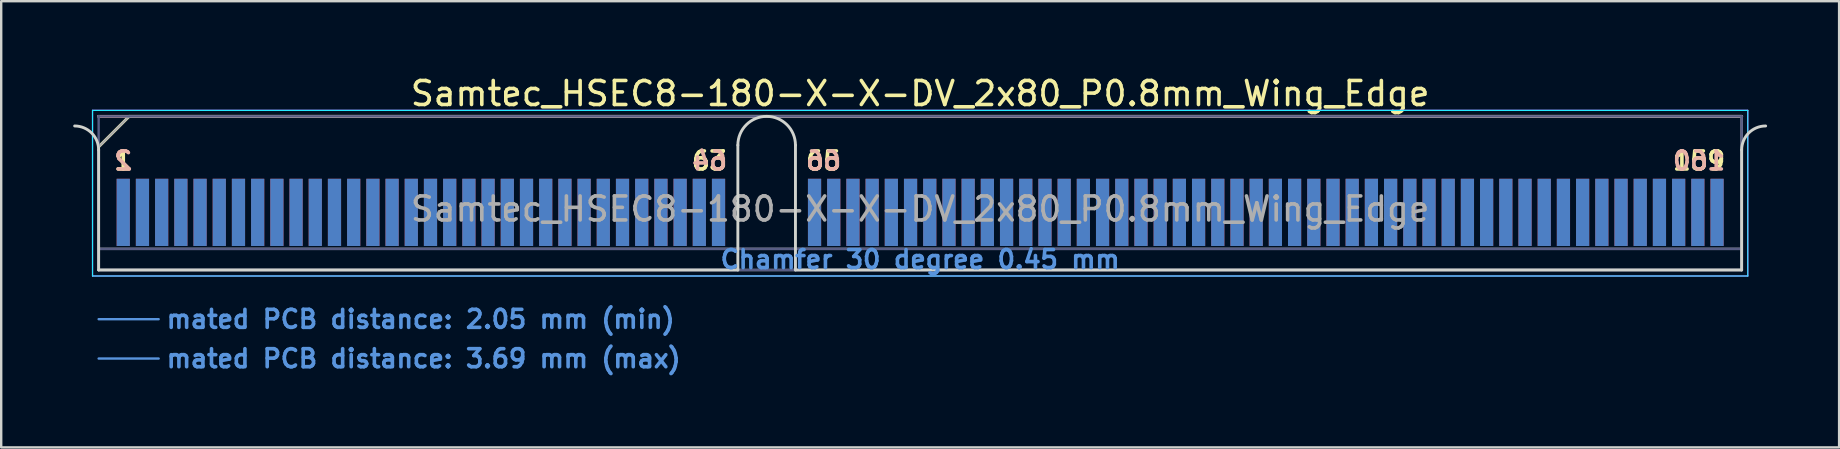
<source format=kicad_pcb>
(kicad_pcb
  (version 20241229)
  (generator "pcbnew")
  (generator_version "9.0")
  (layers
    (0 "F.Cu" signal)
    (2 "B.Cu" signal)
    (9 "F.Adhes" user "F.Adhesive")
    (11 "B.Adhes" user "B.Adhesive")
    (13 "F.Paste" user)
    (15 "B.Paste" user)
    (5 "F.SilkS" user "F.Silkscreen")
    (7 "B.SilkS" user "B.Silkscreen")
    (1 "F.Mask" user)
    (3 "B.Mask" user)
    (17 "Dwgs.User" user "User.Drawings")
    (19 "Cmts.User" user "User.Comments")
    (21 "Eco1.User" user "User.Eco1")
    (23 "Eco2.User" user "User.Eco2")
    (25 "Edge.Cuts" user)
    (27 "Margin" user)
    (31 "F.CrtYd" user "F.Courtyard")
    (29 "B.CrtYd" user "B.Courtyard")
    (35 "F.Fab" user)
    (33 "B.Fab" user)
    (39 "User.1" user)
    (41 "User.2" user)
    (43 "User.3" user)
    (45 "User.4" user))
  (footprint "Samtec_HSEC8-180-X-X-DV_2x80_P0.8mm_Wing_Edge"
    (layer "F.Cu")
    (at 35.285 8.198)
    (property "Reference" "Samtec_HSEC8-180-X-X-DV_2x80_P0.8mm_Wing_Edge" (at 0 -7.35 0) (layer "F.SilkS") (effects (font (size 1 1) (thickness 0.15))))
    (attr exclude_from_pos_files exclude_from_bom)
    (fp_line (start -34.225 -5.13) (end -32.955 -6.4) (stroke (width 0.12) (type solid)) (layer "F.SilkS"))
    (fp_line (start -32.955 -6.4) (end 34.225 -6.4) (stroke (width 0.12) (type solid)) (layer "F.SilkS"))
    (fp_line (start -34.225 -6.4) (end -34.225 -6.4) (stroke (width 0.12) (type solid)) (layer "B.SilkS"))
    (fp_line (start -34.225 -6.4) (end 34.225 -6.4) (stroke (width 0.12) (type solid)) (layer "B.SilkS"))
    (fp_line (start -34.225 2.05) (end -31.725 2.05) (stroke (width 0.1) (type solid)) (layer "Cmts.User"))
    (fp_line (start -34.225 3.69) (end -31.725 3.69) (stroke (width 0.1) (type solid)) (layer "Cmts.User"))
    (fp_line (start -34.225 -5) (end -34.225 0) (stroke (width 0.12) (type solid)) (layer "Edge.Cuts"))
    (fp_line (start -34.225 0) (end -7.595 0) (stroke (width 0.12) (type solid)) (layer "Edge.Cuts"))
    (fp_line (start -7.595 0) (end -7.595 -5.2) (stroke (width 0.12) (type solid)) (layer "Edge.Cuts"))
    (fp_line (start -5.195 -5.2) (end -5.195 0) (stroke (width 0.12) (type solid)) (layer "Edge.Cuts"))
    (fp_line (start -5.195 0) (end 34.225 0) (stroke (width 0.12) (type solid)) (layer "Edge.Cuts"))
    (fp_line (start 34.225 0) (end 34.225 -5) (stroke (width 0.12) (type solid)) (layer "Edge.Cuts"))
    (fp_arc (start -35.225 -6) (mid -34.517893 -5.707107) (end -34.225 -5) (stroke (width 0.12) (type solid)) (layer "Edge.Cuts"))
    (fp_arc (start -7.595 -5.2) (mid -6.395 -6.4) (end -5.195 -5.2) (stroke (width 0.12) (type solid)) (layer "Edge.Cuts"))
    (fp_arc (start 34.225 -5) (mid 34.517893 -5.707107) (end 35.225 -6) (stroke (width 0.12) (type solid)) (layer "Edge.Cuts"))
    (fp_line (start -34.48 -6.65) (end -34.48 0.25) (stroke (width 0.05) (type solid)) (layer "B.CrtYd"))
    (fp_line (start -34.48 0.25) (end 34.48 0.25) (stroke (width 0.05) (type solid)) (layer "B.CrtYd"))
    (fp_line (start 34.48 -6.65) (end -34.48 -6.65) (stroke (width 0.05) (type solid)) (layer "B.CrtYd"))
    (fp_line (start 34.48 0.25) (end 34.48 -6.65) (stroke (width 0.05) (type solid)) (layer "B.CrtYd"))
    (fp_line (start -34.48 -6.65) (end -34.48 0.25) (stroke (width 0.05) (type solid)) (layer "F.CrtYd"))
    (fp_line (start -34.48 0.25) (end 34.48 0.25) (stroke (width 0.05) (type solid)) (layer "F.CrtYd"))
    (fp_line (start 34.48 -6.65) (end -34.48 -6.65) (stroke (width 0.05) (type solid)) (layer "F.CrtYd"))
    (fp_line (start 34.48 0.25) (end 34.48 -6.65) (stroke (width 0.05) (type solid)) (layer "F.CrtYd"))
    (fp_line (start -34.225 -6.4) (end -34.225 -6.4) (stroke (width 0.1) (type solid)) (layer "B.Fab"))
    (fp_line (start -34.225 -6.4) (end -34.225 0) (stroke (width 0.1) (type solid)) (layer "B.Fab"))
    (fp_line (start -34.225 -6.4) (end 34.225 -6.4) (stroke (width 0.1) (type solid)) (layer "B.Fab"))
    (fp_line (start -34.225 -0.88) (end 34.225 -0.88) (stroke (width 0.1) (type solid)) (layer "B.Fab"))
    (fp_line (start -34.225 0) (end 34.225 0) (stroke (width 0.1) (type solid)) (layer "B.Fab"))
    (fp_line (start 34.225 -6.4) (end 34.225 0) (stroke (width 0.1) (type solid)) (layer "B.Fab"))
    (fp_line (start -34.225 -5.13) (end -34.225 0) (stroke (width 0.1) (type solid)) (layer "F.Fab"))
    (fp_line (start -34.225 -5.13) (end -32.955 -6.4) (stroke (width 0.1) (type solid)) (layer "F.Fab"))
    (fp_line (start -34.225 -0.88) (end 34.225 -0.88) (stroke (width 0.1) (type solid)) (layer "F.Fab"))
    (fp_line (start -34.225 0) (end 34.225 0) (stroke (width 0.1) (type solid)) (layer "F.Fab"))
    (fp_line (start -32.955 -6.4) (end 34.225 -6.4) (stroke (width 0.1) (type solid)) (layer "F.Fab"))
    (fp_line (start 34.225 -6.4) (end 34.225 0) (stroke (width 0.1) (type solid)) (layer "F.Fab"))
    (fp_text user "1" (at -33.2 -4.55 0) (layer "F.SilkS") (effects (font (size 0.75 0.75) (thickness 0.15))))
    (fp_text user "63" (at -8.775 -4.55 0) (layer "F.SilkS") (effects (font (size 0.75 0.75) (thickness 0.15))))
    (fp_text user "65" (at -4.025 -4.55 0) (layer "F.SilkS") (effects (font (size 0.75 0.75) (thickness 0.15))))
    (fp_text user "159" (at 32.45 -4.55 0) (layer "F.SilkS") (effects (font (size 0.75 0.75) (thickness 0.15))))
    (fp_text user "2" (at -33.2 -4.55 0) (layer "B.SilkS") (effects (font (size 0.75 0.75) (thickness 0.15)) (justify mirror)))
    (fp_text user "160" (at 32.45 -4.55 0) (layer "B.SilkS") (effects (font (size 0.75 0.75) (thickness 0.15)) (justify mirror)))
    (fp_text user "64" (at -8.775 -4.55 0) (layer "B.SilkS") (effects (font (size 0.75 0.75) (thickness 0.15)) (justify mirror)))
    (fp_text user "66" (at -4.025 -4.55 0) (layer "B.SilkS") (effects (font (size 0.75 0.75) (thickness 0.15)) (justify mirror)))
    (fp_text user "mated PCB distance: 3.69 mm (max)" (at -31.48 3.69 0) (layer "Cmts.User") (effects (font (size 0.75 0.75) (thickness 0.15)) (justify left)))
    (fp_text user "Chamfer 30 degree 0.45 mm" (at 0 -0.44 0) (layer "Cmts.User") (effects (font (size 0.75 0.75) (thickness 0.15))))
    (fp_text user "mated PCB distance: 2.05 mm (min)" (at -31.48 2.05 0) (layer "Cmts.User") (effects (font (size 0.75 0.75) (thickness 0.15)) (justify left)))
    (fp_text user "${REFERENCE}" (at 0 -2.54 0) (layer "F.Fab") (effects (font (size 1 1) (thickness 0.15))))
    (pad "1" connect rect (at -33.2 -2.4) (size 0.55 2.8) (layers "F.Cu" "F.Mask"))
    (pad "2" connect rect (at -33.2 -2.4) (size 0.55 2.8) (layers "B.Cu" "B.Mask"))
    (pad "3" connect rect (at -32.4 -2.4) (size 0.55 2.8) (layers "F.Cu" "F.Mask"))
    (pad "4" connect rect (at -32.4 -2.4) (size 0.55 2.8) (layers "B.Cu" "B.Mask"))
    (pad "5" connect rect (at -31.6 -2.4) (size 0.55 2.8) (layers "F.Cu" "F.Mask"))
    (pad "6" connect rect (at -31.6 -2.4) (size 0.55 2.8) (layers "B.Cu" "B.Mask"))
    (pad "7" connect rect (at -30.8 -2.4) (size 0.55 2.8) (layers "F.Cu" "F.Mask"))
    (pad "8" connect rect (at -30.8 -2.4) (size 0.55 2.8) (layers "B.Cu" "B.Mask"))
    (pad "9" connect rect (at -30 -2.4) (size 0.55 2.8) (layers "F.Cu" "F.Mask"))
    (pad "10" connect rect (at -30 -2.4) (size 0.55 2.8) (layers "B.Cu" "B.Mask"))
    (pad "11" connect rect (at -29.2 -2.4) (size 0.55 2.8) (layers "F.Cu" "F.Mask"))
    (pad "12" connect rect (at -29.2 -2.4) (size 0.55 2.8) (layers "B.Cu" "B.Mask"))
    (pad "13" connect rect (at -28.4 -2.4) (size 0.55 2.8) (layers "F.Cu" "F.Mask"))
    (pad "14" connect rect (at -28.4 -2.4) (size 0.55 2.8) (layers "B.Cu" "B.Mask"))
    (pad "15" connect rect (at -27.6 -2.4) (size 0.55 2.8) (layers "F.Cu" "F.Mask"))
    (pad "16" connect rect (at -27.6 -2.4) (size 0.55 2.8) (layers "B.Cu" "B.Mask"))
    (pad "17" connect rect (at -26.8 -2.4) (size 0.55 2.8) (layers "F.Cu" "F.Mask"))
    (pad "18" connect rect (at -26.8 -2.4) (size 0.55 2.8) (layers "B.Cu" "B.Mask"))
    (pad "19" connect rect (at -26 -2.4) (size 0.55 2.8) (layers "F.Cu" "F.Mask"))
    (pad "20" connect rect (at -26 -2.4) (size 0.55 2.8) (layers "B.Cu" "B.Mask"))
    (pad "21" connect rect (at -25.2 -2.4) (size 0.55 2.8) (layers "F.Cu" "F.Mask"))
    (pad "22" connect rect (at -25.2 -2.4) (size 0.55 2.8) (layers "B.Cu" "B.Mask"))
    (pad "23" connect rect (at -24.4 -2.4) (size 0.55 2.8) (layers "F.Cu" "F.Mask"))
    (pad "24" connect rect (at -24.4 -2.4) (size 0.55 2.8) (layers "B.Cu" "B.Mask"))
    (pad "25" connect rect (at -23.6 -2.4) (size 0.55 2.8) (layers "F.Cu" "F.Mask"))
    (pad "26" connect rect (at -23.6 -2.4) (size 0.55 2.8) (layers "B.Cu" "B.Mask"))
    (pad "27" connect rect (at -22.8 -2.4) (size 0.55 2.8) (layers "F.Cu" "F.Mask"))
    (pad "28" connect rect (at -22.8 -2.4) (size 0.55 2.8) (layers "B.Cu" "B.Mask"))
    (pad "29" connect rect (at -22 -2.4) (size 0.55 2.8) (layers "F.Cu" "F.Mask"))
    (pad "30" connect rect (at -22 -2.4) (size 0.55 2.8) (layers "B.Cu" "B.Mask"))
    (pad "31" connect rect (at -21.2 -2.4) (size 0.55 2.8) (layers "F.Cu" "F.Mask"))
    (pad "32" connect rect (at -21.2 -2.4) (size 0.55 2.8) (layers "B.Cu" "B.Mask"))
    (pad "33" connect rect (at -20.4 -2.4) (size 0.55 2.8) (layers "F.Cu" "F.Mask"))
    (pad "34" connect rect (at -20.4 -2.4) (size 0.55 2.8) (layers "B.Cu" "B.Mask"))
    (pad "35" connect rect (at -19.6 -2.4) (size 0.55 2.8) (layers "F.Cu" "F.Mask"))
    (pad "36" connect rect (at -19.6 -2.4) (size 0.55 2.8) (layers "B.Cu" "B.Mask"))
    (pad "37" connect rect (at -18.8 -2.4) (size 0.55 2.8) (layers "F.Cu" "F.Mask"))
    (pad "38" connect rect (at -18.8 -2.4) (size 0.55 2.8) (layers "B.Cu" "B.Mask"))
    (pad "39" connect rect (at -18 -2.4) (size 0.55 2.8) (layers "F.Cu" "F.Mask"))
    (pad "40" connect rect (at -18 -2.4) (size 0.55 2.8) (layers "B.Cu" "B.Mask"))
    (pad "41" connect rect (at -17.2 -2.4) (size 0.55 2.8) (layers "F.Cu" "F.Mask"))
    (pad "42" connect rect (at -17.2 -2.4) (size 0.55 2.8) (layers "B.Cu" "B.Mask"))
    (pad "43" connect rect (at -16.4 -2.4) (size 0.55 2.8) (layers "F.Cu" "F.Mask"))
    (pad "44" connect rect (at -16.4 -2.4) (size 0.55 2.8) (layers "B.Cu" "B.Mask"))
    (pad "45" connect rect (at -15.6 -2.4) (size 0.55 2.8) (layers "F.Cu" "F.Mask"))
    (pad "46" connect rect (at -15.6 -2.4) (size 0.55 2.8) (layers "B.Cu" "B.Mask"))
    (pad "47" connect rect (at -14.8 -2.4) (size 0.55 2.8) (layers "F.Cu" "F.Mask"))
    (pad "48" connect rect (at -14.8 -2.4) (size 0.55 2.8) (layers "B.Cu" "B.Mask"))
    (pad "49" connect rect (at -14 -2.4) (size 0.55 2.8) (layers "F.Cu" "F.Mask"))
    (pad "50" connect rect (at -14 -2.4) (size 0.55 2.8) (layers "B.Cu" "B.Mask"))
    (pad "51" connect rect (at -13.2 -2.4) (size 0.55 2.8) (layers "F.Cu" "F.Mask"))
    (pad "52" connect rect (at -13.2 -2.4) (size 0.55 2.8) (layers "B.Cu" "B.Mask"))
    (pad "53" connect rect (at -12.4 -2.4) (size 0.55 2.8) (layers "F.Cu" "F.Mask"))
    (pad "54" connect rect (at -12.4 -2.4) (size 0.55 2.8) (layers "B.Cu" "B.Mask"))
    (pad "55" connect rect (at -11.6 -2.4) (size 0.55 2.8) (layers "F.Cu" "F.Mask"))
    (pad "56" connect rect (at -11.6 -2.4) (size 0.55 2.8) (layers "B.Cu" "B.Mask"))
    (pad "57" connect rect (at -10.8 -2.4) (size 0.55 2.8) (layers "F.Cu" "F.Mask"))
    (pad "58" connect rect (at -10.8 -2.4) (size 0.55 2.8) (layers "B.Cu" "B.Mask"))
    (pad "59" connect rect (at -10 -2.4) (size 0.55 2.8) (layers "F.Cu" "F.Mask"))
    (pad "60" connect rect (at -10 -2.4) (size 0.55 2.8) (layers "B.Cu" "B.Mask"))
    (pad "61" connect rect (at -9.2 -2.4) (size 0.55 2.8) (layers "F.Cu" "F.Mask"))
    (pad "62" connect rect (at -9.2 -2.4) (size 0.55 2.8) (layers "B.Cu" "B.Mask"))
    (pad "63" connect rect (at -8.4 -2.4) (size 0.55 2.8) (layers "F.Cu" "F.Mask"))
    (pad "64" connect rect (at -8.4 -2.4) (size 0.55 2.8) (layers "B.Cu" "B.Mask"))
    (pad "65" connect rect (at -4.4 -2.4) (size 0.55 2.8) (layers "F.Cu" "F.Mask"))
    (pad "66" connect rect (at -4.4 -2.4) (size 0.55 2.8) (layers "B.Cu" "B.Mask"))
    (pad "67" connect rect (at -3.6 -2.4) (size 0.55 2.8) (layers "F.Cu" "F.Mask"))
    (pad "68" connect rect (at -3.6 -2.4) (size 0.55 2.8) (layers "B.Cu" "B.Mask"))
    (pad "69" connect rect (at -2.8 -2.4) (size 0.55 2.8) (layers "F.Cu" "F.Mask"))
    (pad "70" connect rect (at -2.8 -2.4) (size 0.55 2.8) (layers "B.Cu" "B.Mask"))
    (pad "71" connect rect (at -2 -2.4) (size 0.55 2.8) (layers "F.Cu" "F.Mask"))
    (pad "72" connect rect (at -2 -2.4) (size 0.55 2.8) (layers "B.Cu" "B.Mask"))
    (pad "73" connect rect (at -1.2 -2.4) (size 0.55 2.8) (layers "F.Cu" "F.Mask"))
    (pad "74" connect rect (at -1.2 -2.4) (size 0.55 2.8) (layers "B.Cu" "B.Mask"))
    (pad "75" connect rect (at -0.4 -2.4) (size 0.55 2.8) (layers "F.Cu" "F.Mask"))
    (pad "76" connect rect (at -0.4 -2.4) (size 0.55 2.8) (layers "B.Cu" "B.Mask"))
    (pad "77" connect rect (at 0.4 -2.4) (size 0.55 2.8) (layers "F.Cu" "F.Mask"))
    (pad "78" connect rect (at 0.4 -2.4) (size 0.55 2.8) (layers "B.Cu" "B.Mask"))
    (pad "79" connect rect (at 1.2 -2.4) (size 0.55 2.8) (layers "F.Cu" "F.Mask"))
    (pad "80" connect rect (at 1.2 -2.4) (size 0.55 2.8) (layers "B.Cu" "B.Mask"))
    (pad "81" connect rect (at 2 -2.4) (size 0.55 2.8) (layers "F.Cu" "F.Mask"))
    (pad "82" connect rect (at 2 -2.4) (size 0.55 2.8) (layers "B.Cu" "B.Mask"))
    (pad "83" connect rect (at 2.8 -2.4) (size 0.55 2.8) (layers "F.Cu" "F.Mask"))
    (pad "84" connect rect (at 2.8 -2.4) (size 0.55 2.8) (layers "B.Cu" "B.Mask"))
    (pad "85" connect rect (at 3.6 -2.4) (size 0.55 2.8) (layers "F.Cu" "F.Mask"))
    (pad "86" connect rect (at 3.6 -2.4) (size 0.55 2.8) (layers "B.Cu" "B.Mask"))
    (pad "87" connect rect (at 4.4 -2.4) (size 0.55 2.8) (layers "F.Cu" "F.Mask"))
    (pad "88" connect rect (at 4.4 -2.4) (size 0.55 2.8) (layers "B.Cu" "B.Mask"))
    (pad "89" connect rect (at 5.2 -2.4) (size 0.55 2.8) (layers "F.Cu" "F.Mask"))
    (pad "90" connect rect (at 5.2 -2.4) (size 0.55 2.8) (layers "B.Cu" "B.Mask"))
    (pad "91" connect rect (at 6 -2.4) (size 0.55 2.8) (layers "F.Cu" "F.Mask"))
    (pad "92" connect rect (at 6 -2.4) (size 0.55 2.8) (layers "B.Cu" "B.Mask"))
    (pad "93" connect rect (at 6.8 -2.4) (size 0.55 2.8) (layers "F.Cu" "F.Mask"))
    (pad "94" connect rect (at 6.8 -2.4) (size 0.55 2.8) (layers "B.Cu" "B.Mask"))
    (pad "95" connect rect (at 7.6 -2.4) (size 0.55 2.8) (layers "F.Cu" "F.Mask"))
    (pad "96" connect rect (at 7.6 -2.4) (size 0.55 2.8) (layers "B.Cu" "B.Mask"))
    (pad "97" connect rect (at 8.4 -2.4) (size 0.55 2.8) (layers "F.Cu" "F.Mask"))
    (pad "98" connect rect (at 8.4 -2.4) (size 0.55 2.8) (layers "B.Cu" "B.Mask"))
    (pad "99" connect rect (at 9.2 -2.4) (size 0.55 2.8) (layers "F.Cu" "F.Mask"))
    (pad "100" connect rect (at 9.2 -2.4) (size 0.55 2.8) (layers "B.Cu" "B.Mask"))
    (pad "101" connect rect (at 10 -2.4) (size 0.55 2.8) (layers "F.Cu" "F.Mask"))
    (pad "102" connect rect (at 10 -2.4) (size 0.55 2.8) (layers "B.Cu" "B.Mask"))
    (pad "103" connect rect (at 10.8 -2.4) (size 0.55 2.8) (layers "F.Cu" "F.Mask"))
    (pad "104" connect rect (at 10.8 -2.4) (size 0.55 2.8) (layers "B.Cu" "B.Mask"))
    (pad "105" connect rect (at 11.6 -2.4) (size 0.55 2.8) (layers "F.Cu" "F.Mask"))
    (pad "106" connect rect (at 11.6 -2.4) (size 0.55 2.8) (layers "B.Cu" "B.Mask"))
    (pad "107" connect rect (at 12.4 -2.4) (size 0.55 2.8) (layers "F.Cu" "F.Mask"))
    (pad "108" connect rect (at 12.4 -2.4) (size 0.55 2.8) (layers "B.Cu" "B.Mask"))
    (pad "109" connect rect (at 13.2 -2.4) (size 0.55 2.8) (layers "F.Cu" "F.Mask"))
    (pad "110" connect rect (at 13.2 -2.4) (size 0.55 2.8) (layers "B.Cu" "B.Mask"))
    (pad "111" connect rect (at 14 -2.4) (size 0.55 2.8) (layers "F.Cu" "F.Mask"))
    (pad "112" connect rect (at 14 -2.4) (size 0.55 2.8) (layers "B.Cu" "B.Mask"))
    (pad "113" connect rect (at 14.8 -2.4) (size 0.55 2.8) (layers "F.Cu" "F.Mask"))
    (pad "114" connect rect (at 14.8 -2.4) (size 0.55 2.8) (layers "B.Cu" "B.Mask"))
    (pad "115" connect rect (at 15.6 -2.4) (size 0.55 2.8) (layers "F.Cu" "F.Mask"))
    (pad "116" connect rect (at 15.6 -2.4) (size 0.55 2.8) (layers "B.Cu" "B.Mask"))
    (pad "117" connect rect (at 16.4 -2.4) (size 0.55 2.8) (layers "F.Cu" "F.Mask"))
    (pad "118" connect rect (at 16.4 -2.4) (size 0.55 2.8) (layers "B.Cu" "B.Mask"))
    (pad "119" connect rect (at 17.2 -2.4) (size 0.55 2.8) (layers "F.Cu" "F.Mask"))
    (pad "120" connect rect (at 17.2 -2.4) (size 0.55 2.8) (layers "B.Cu" "B.Mask"))
    (pad "121" connect rect (at 18 -2.4) (size 0.55 2.8) (layers "F.Cu" "F.Mask"))
    (pad "122" connect rect (at 18 -2.4) (size 0.55 2.8) (layers "B.Cu" "B.Mask"))
    (pad "123" connect rect (at 18.8 -2.4) (size 0.55 2.8) (layers "F.Cu" "F.Mask"))
    (pad "124" connect rect (at 18.8 -2.4) (size 0.55 2.8) (layers "B.Cu" "B.Mask"))
    (pad "125" connect rect (at 19.6 -2.4) (size 0.55 2.8) (layers "F.Cu" "F.Mask"))
    (pad "126" connect rect (at 19.6 -2.4) (size 0.55 2.8) (layers "B.Cu" "B.Mask"))
    (pad "127" connect rect (at 20.4 -2.4) (size 0.55 2.8) (layers "F.Cu" "F.Mask"))
    (pad "128" connect rect (at 20.4 -2.4) (size 0.55 2.8) (layers "B.Cu" "B.Mask"))
    (pad "129" connect rect (at 21.2 -2.4) (size 0.55 2.8) (layers "F.Cu" "F.Mask"))
    (pad "130" connect rect (at 21.2 -2.4) (size 0.55 2.8) (layers "B.Cu" "B.Mask"))
    (pad "131" connect rect (at 22 -2.4) (size 0.55 2.8) (layers "F.Cu" "F.Mask"))
    (pad "132" connect rect (at 22 -2.4) (size 0.55 2.8) (layers "B.Cu" "B.Mask"))
    (pad "133" connect rect (at 22.8 -2.4) (size 0.55 2.8) (layers "F.Cu" "F.Mask"))
    (pad "134" connect rect (at 22.8 -2.4) (size 0.55 2.8) (layers "B.Cu" "B.Mask"))
    (pad "135" connect rect (at 23.6 -2.4) (size 0.55 2.8) (layers "F.Cu" "F.Mask"))
    (pad "136" connect rect (at 23.6 -2.4) (size 0.55 2.8) (layers "B.Cu" "B.Mask"))
    (pad "137" connect rect (at 24.4 -2.4) (size 0.55 2.8) (layers "F.Cu" "F.Mask"))
    (pad "138" connect rect (at 24.4 -2.4) (size 0.55 2.8) (layers "B.Cu" "B.Mask"))
    (pad "139" connect rect (at 25.2 -2.4) (size 0.55 2.8) (layers "F.Cu" "F.Mask"))
    (pad "140" connect rect (at 25.2 -2.4) (size 0.55 2.8) (layers "B.Cu" "B.Mask"))
    (pad "141" connect rect (at 26 -2.4) (size 0.55 2.8) (layers "F.Cu" "F.Mask"))
    (pad "142" connect rect (at 26 -2.4) (size 0.55 2.8) (layers "B.Cu" "B.Mask"))
    (pad "143" connect rect (at 26.8 -2.4) (size 0.55 2.8) (layers "F.Cu" "F.Mask"))
    (pad "144" connect rect (at 26.8 -2.4) (size 0.55 2.8) (layers "B.Cu" "B.Mask"))
    (pad "145" connect rect (at 27.6 -2.4) (size 0.55 2.8) (layers "F.Cu" "F.Mask"))
    (pad "146" connect rect (at 27.6 -2.4) (size 0.55 2.8) (layers "B.Cu" "B.Mask"))
    (pad "147" connect rect (at 28.4 -2.4) (size 0.55 2.8) (layers "F.Cu" "F.Mask"))
    (pad "148" connect rect (at 28.4 -2.4) (size 0.55 2.8) (layers "B.Cu" "B.Mask"))
    (pad "149" connect rect (at 29.2 -2.4) (size 0.55 2.8) (layers "F.Cu" "F.Mask"))
    (pad "150" connect rect (at 29.2 -2.4) (size 0.55 2.8) (layers "B.Cu" "B.Mask"))
    (pad "151" connect rect (at 30 -2.4) (size 0.55 2.8) (layers "F.Cu" "F.Mask"))
    (pad "152" connect rect (at 30 -2.4) (size 0.55 2.8) (layers "B.Cu" "B.Mask"))
    (pad "153" connect rect (at 30.8 -2.4) (size 0.55 2.8) (layers "F.Cu" "F.Mask"))
    (pad "154" connect rect (at 30.8 -2.4) (size 0.55 2.8) (layers "B.Cu" "B.Mask"))
    (pad "155" connect rect (at 31.6 -2.4) (size 0.55 2.8) (layers "F.Cu" "F.Mask"))
    (pad "156" connect rect (at 31.6 -2.4) (size 0.55 2.8) (layers "B.Cu" "B.Mask"))
    (pad "157" connect rect (at 32.4 -2.4) (size 0.55 2.8) (layers "F.Cu" "F.Mask"))
    (pad "158" connect rect (at 32.4 -2.4) (size 0.55 2.8) (layers "B.Cu" "B.Mask"))
    (pad "159" connect rect (at 33.2 -2.4) (size 0.55 2.8) (layers "F.Cu" "F.Mask"))
    (pad "160" connect rect (at 33.2 -2.4) (size 0.55 2.8) (layers "B.Cu" "B.Mask")))
  (gr_rect
    (start -3 -3)
    (end 73.57 15.59)
    (stroke (width 0.1) (type default))
    (fill no)
    (layer "Edge.Cuts")))
</source>
